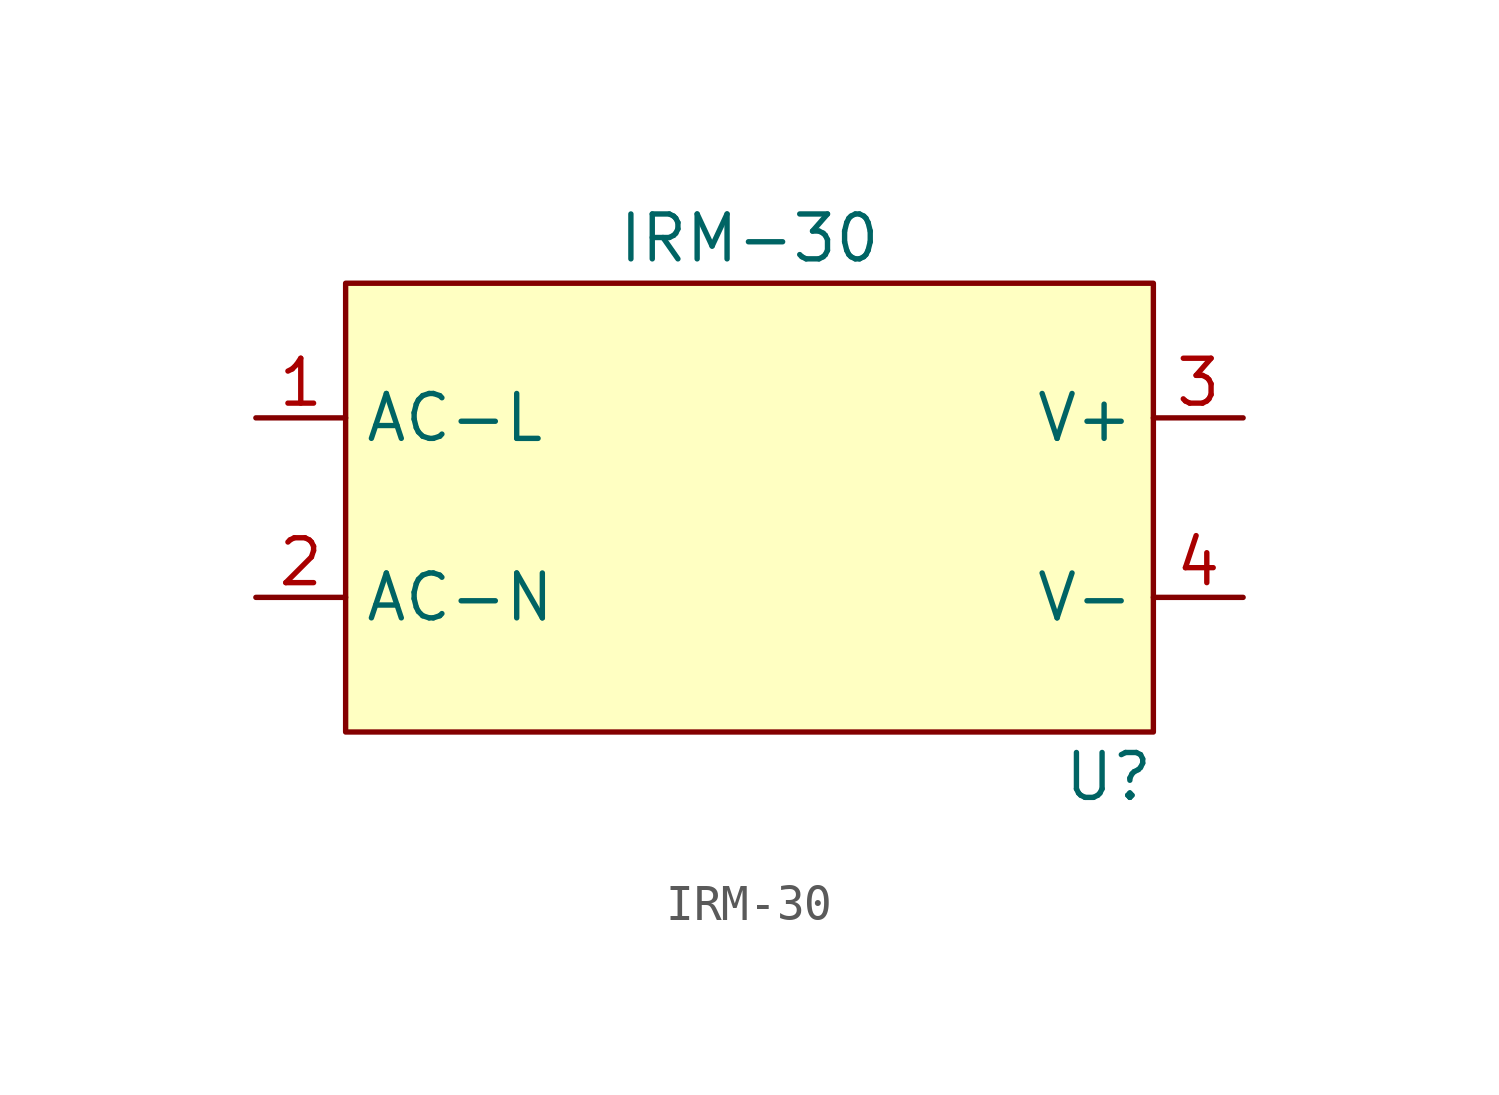
<source format=kicad_sym>
(kicad_symbol_lib
  (version 20220914)
  (generator kicad_symbol_editor)
  (symbol "IRM-30"
    (property "Reference" "U"
      (at 10.16 -11.43 0)
      (effects (font (size 1.27 1.27))))
    (property "Value" "IRM-30"
      (at 0 3.81 0)
      (effects (font (size 1.27 1.27))))
    (symbol "IRM-30_0_1"
      (rectangle (start -11.43 2.54) (end 11.43 -10.16) (stroke (width 0) (type default)) (fill (type background))))
    (symbol "IRM-30_1_1"
      (pin power_in line (at -13.97 -1.27 0) (length 2.54) (name "AC-L" (effects (font (size 1.27 1.27)))) (number "1" (effects (font (size 1.27 1.27)))))
      (pin power_in line (at -13.97 -6.35 0) (length 2.54) (name "AC-N" (effects (font (size 1.27 1.27)))) (number "2" (effects (font (size 1.27 1.27)))))
      (pin power_out line (at 13.97 -1.27 180) (length 2.54) (name "V+" (effects (font (size 1.27 1.27)))) (number "3" (effects (font (size 1.27 1.27)))))
      (pin power_in line (at 13.97 -6.35 180) (length 2.54) (name "V-" (effects (font (size 1.27 1.27)))) (number "4" (effects (font (size 1.27 1.27))))))))
</source>
